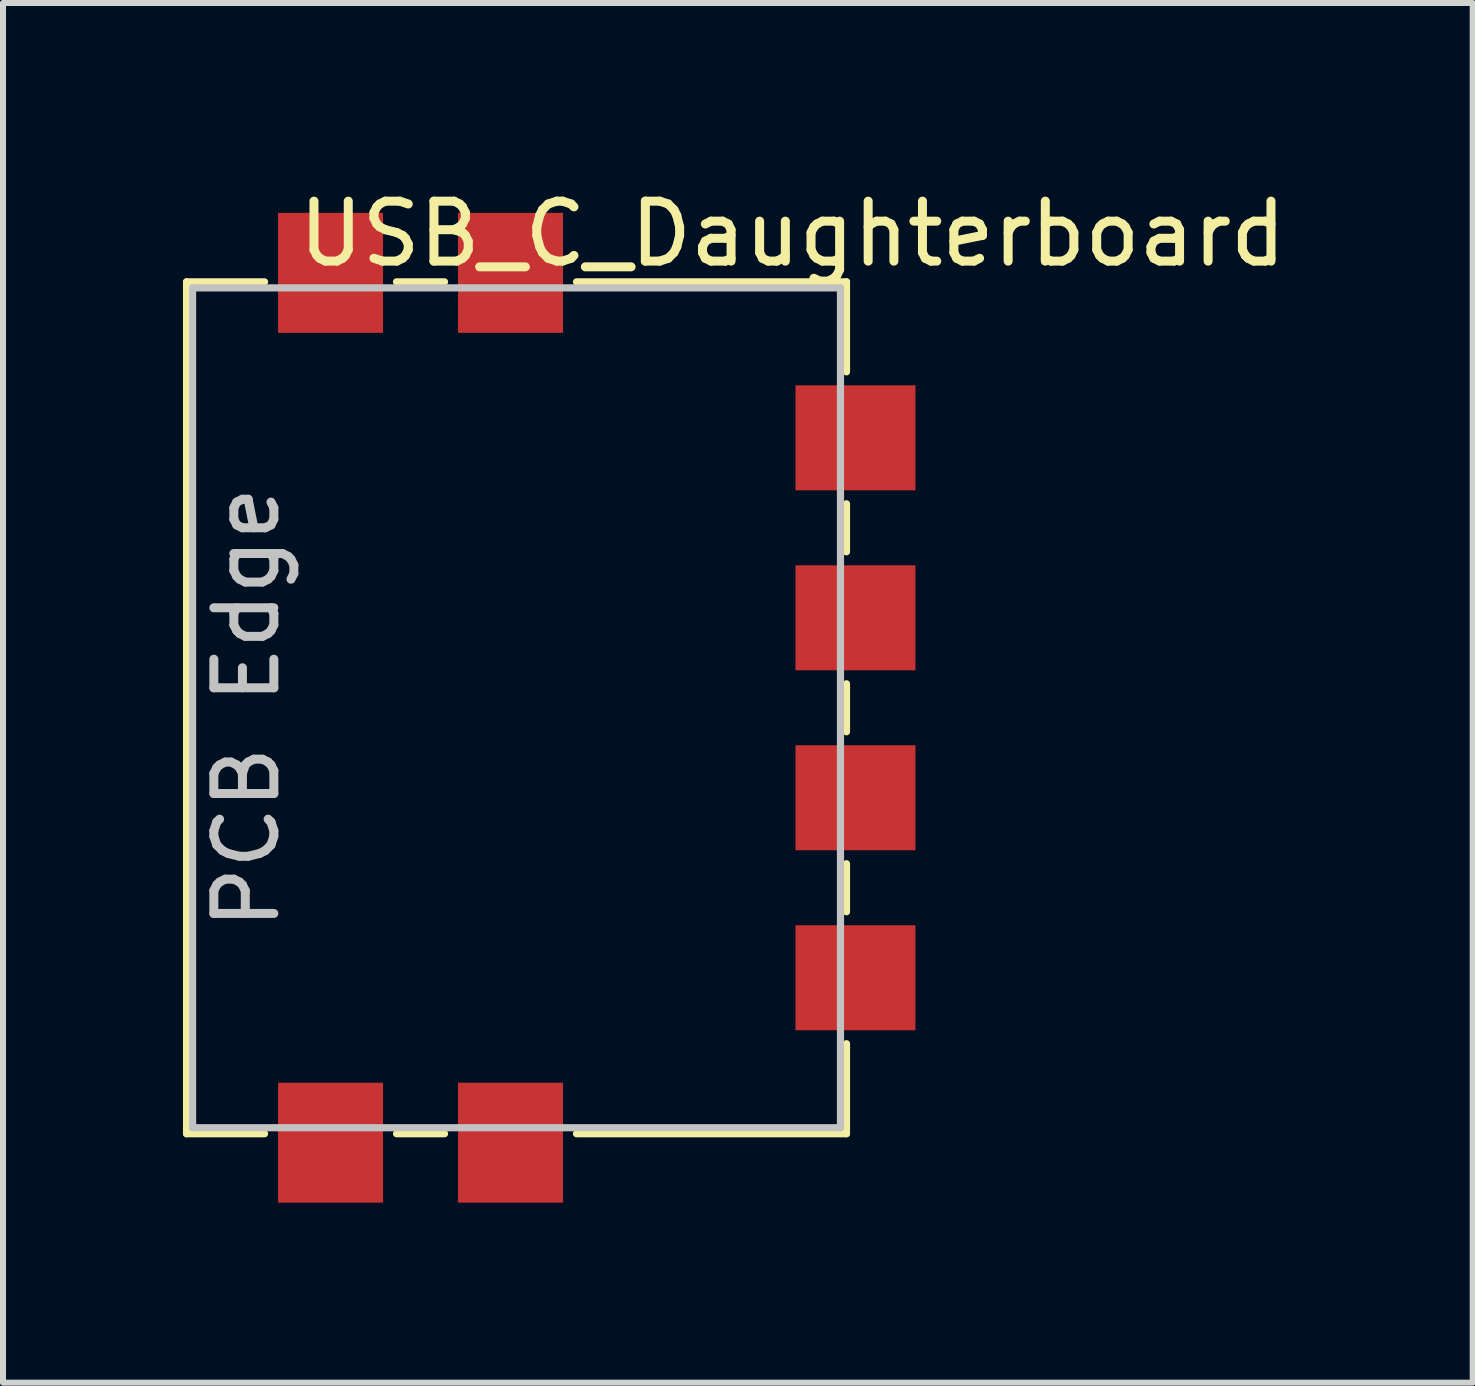
<source format=kicad_pcb>
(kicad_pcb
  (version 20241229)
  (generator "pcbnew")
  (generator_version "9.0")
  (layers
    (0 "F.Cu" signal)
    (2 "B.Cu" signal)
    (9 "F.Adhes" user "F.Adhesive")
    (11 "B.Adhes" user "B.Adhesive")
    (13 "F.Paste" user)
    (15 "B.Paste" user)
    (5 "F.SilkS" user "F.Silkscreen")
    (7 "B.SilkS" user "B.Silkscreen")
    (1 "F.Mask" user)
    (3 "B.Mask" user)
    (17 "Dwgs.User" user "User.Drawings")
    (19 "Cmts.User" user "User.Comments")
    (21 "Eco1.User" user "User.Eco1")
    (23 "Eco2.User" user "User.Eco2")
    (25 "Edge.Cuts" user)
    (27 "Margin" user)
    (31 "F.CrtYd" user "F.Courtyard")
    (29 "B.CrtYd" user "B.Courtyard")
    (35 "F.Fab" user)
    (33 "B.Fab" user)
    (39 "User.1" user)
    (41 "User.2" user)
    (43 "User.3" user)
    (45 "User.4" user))
  (footprint "USB_C_Daughterboard"
    (layer "F.Cu")
    (at 5.56 8.748)
    (property "Reference" "USB_C_Daughterboard" (at 4.6 -7.9 0) (layer "F.SilkS") (effects (font (size 1 1) (thickness 0.15))))
    (attr through_hole)
    (fp_line (start -5.5 -7.1) (end -4.2 -7.1) (stroke (width 0.12) (type solid)) (layer "F.SilkS"))
    (fp_line (start -5.5 7.1) (end -5.5 -7.1) (stroke (width 0.12) (type solid)) (layer "F.SilkS"))
    (fp_line (start -4.2 7.1) (end -5.5 7.1) (stroke (width 0.12) (type solid)) (layer "F.SilkS"))
    (fp_line (start -2 -7.1) (end -1.2 -7.1) (stroke (width 0.12) (type solid)) (layer "F.SilkS"))
    (fp_line (start -1.2 7.1) (end -2 7.1) (stroke (width 0.12) (type solid)) (layer "F.SilkS"))
    (fp_line (start 1 -7.1) (end 5.5 -7.1) (stroke (width 0.12) (type solid)) (layer "F.SilkS"))
    (fp_line (start 5.5 -7.1) (end 5.5 -5.6) (stroke (width 0.12) (type solid)) (layer "F.SilkS"))
    (fp_line (start 5.5 -3.4) (end 5.5 -2.6) (stroke (width 0.12) (type solid)) (layer "F.SilkS"))
    (fp_line (start 5.5 -0.4) (end 5.5 0.4) (stroke (width 0.12) (type solid)) (layer "F.SilkS"))
    (fp_line (start 5.5 2.6) (end 5.5 3.4) (stroke (width 0.12) (type solid)) (layer "F.SilkS"))
    (fp_line (start 5.5 5.6) (end 5.5 7.1) (stroke (width 0.12) (type solid)) (layer "F.SilkS"))
    (fp_line (start 5.5 7.1) (end 1 7.1) (stroke (width 0.12) (type solid)) (layer "F.SilkS"))
    (fp_line (start -5.4 -7) (end 5.4 -7) (stroke (width 0.12) (type solid)) (layer "Dwgs.User"))
    (fp_line (start -5.4 7) (end -5.4 -7) (stroke (width 0.12) (type solid)) (layer "Dwgs.User"))
    (fp_line (start -5.4 7) (end 5.4 7) (stroke (width 0.12) (type solid)) (layer "Dwgs.User"))
    (fp_line (start 5.4 7) (end 5.4 -7) (stroke (width 0.12) (type solid)) (layer "Dwgs.User"))
    (fp_text user "PCB Edge" (at -4.5 0 90) (layer "Dwgs.User") (effects (font (size 1 1) (thickness 0.15))))
    (pad "1" smd rect (at -3.1 -7) (size 1.75 2) (drill (offset 0 -0.25)) (layers "F.Cu" "F.Mask" "F.Paste"))
    (pad "2" smd rect (at -0.1 -7) (size 1.75 2) (drill (offset 0 -0.25)) (layers "F.Cu" "F.Mask" "F.Paste"))
    (pad "3" smd rect (at 5.4 -4.5 270) (size 1.75 2) (drill (offset 0 -0.25)) (layers "F.Cu" "F.Mask" "F.Paste"))
    (pad "4" smd rect (at 5.4 -1.5 270) (size 1.75 2) (drill (offset 0 -0.25)) (layers "F.Cu" "F.Mask" "F.Paste"))
    (pad "5" smd rect (at 5.4 1.5 270) (size 1.75 2) (drill (offset 0 -0.25)) (layers "F.Cu" "F.Mask" "F.Paste"))
    (pad "6" smd rect (at 5.4 4.5 270) (size 1.75 2) (drill (offset 0 -0.25)) (layers "F.Cu" "F.Mask" "F.Paste"))
    (pad "7" smd rect (at -0.1 7 180) (size 1.75 2) (drill (offset 0 -0.25)) (layers "F.Cu" "F.Mask" "F.Paste"))
    (pad "8" smd rect (at -3.1 7 180) (size 1.75 2) (drill (offset 0 -0.25)) (layers "F.Cu" "F.Mask" "F.Paste")))
  (gr_rect
    (start -3 -3)
    (end 21.499 19.998)
    (stroke (width 0.1) (type default))
    (fill no)
    (layer "Edge.Cuts")))
</source>
